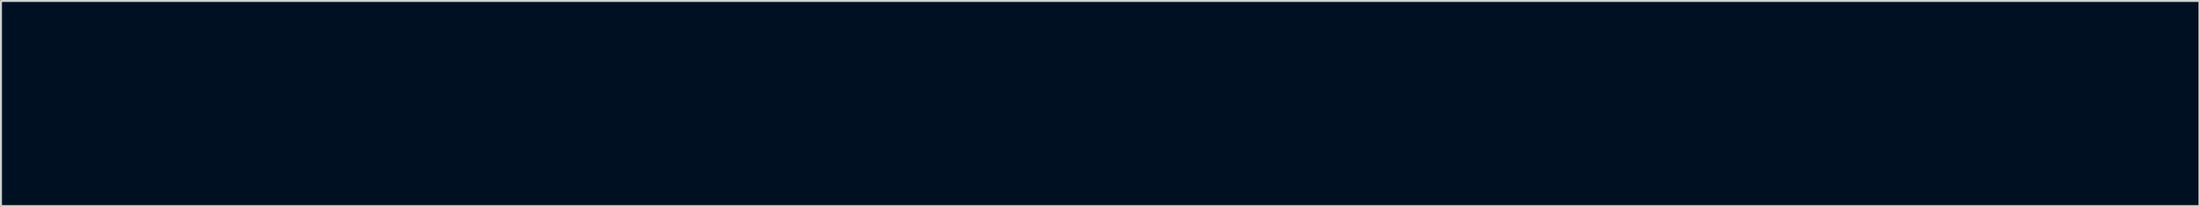
<source format=kicad_pcb>
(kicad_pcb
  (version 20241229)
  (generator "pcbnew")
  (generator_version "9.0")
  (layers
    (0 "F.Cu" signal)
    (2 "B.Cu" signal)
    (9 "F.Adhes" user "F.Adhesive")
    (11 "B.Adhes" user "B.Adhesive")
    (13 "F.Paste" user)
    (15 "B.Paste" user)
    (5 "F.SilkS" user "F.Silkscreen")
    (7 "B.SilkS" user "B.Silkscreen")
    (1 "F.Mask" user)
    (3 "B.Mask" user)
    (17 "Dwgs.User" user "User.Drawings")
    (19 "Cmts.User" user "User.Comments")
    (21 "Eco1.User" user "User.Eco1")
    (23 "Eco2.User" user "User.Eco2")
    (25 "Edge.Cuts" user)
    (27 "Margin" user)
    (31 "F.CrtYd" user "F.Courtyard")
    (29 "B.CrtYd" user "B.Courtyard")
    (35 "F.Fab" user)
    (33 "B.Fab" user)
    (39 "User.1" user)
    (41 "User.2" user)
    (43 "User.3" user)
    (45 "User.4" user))
  (footprint "Gauge-X-100mm"
    (layer "F.Cu")
    (at 3.481 0.25)
    (property "Reference" "Gauge-X-100mm" (at 0 3.81 0) (layer "Eco1.User") (effects (font (size 0.5 0.5) (thickness 0.1))))
    (attr through_hole)
    (fp_line (start 0 0) (end 0 1.999) (stroke (width 0.15) (type solid)) (layer "Eco1.User"))
    (fp_line (start 0 0) (end 10 0) (stroke (width 0.15) (type solid)) (layer "Eco1.User"))
    (fp_line (start 1.001 0) (end 1.001 1.001) (stroke (width 0.15) (type solid)) (layer "Eco1.User"))
    (fp_line (start 1.999 0) (end 1.999 1.001) (stroke (width 0.15) (type solid)) (layer "Eco1.User"))
    (fp_line (start 3 0) (end 3 1.001) (stroke (width 0.15) (type solid)) (layer "Eco1.User"))
    (fp_line (start 4 0) (end 4 1.001) (stroke (width 0.15) (type solid)) (layer "Eco1.User"))
    (fp_line (start 5.001 0) (end 5.001 1.999) (stroke (width 0.15) (type solid)) (layer "Eco1.User"))
    (fp_line (start 5.999 0) (end 5.999 1.001) (stroke (width 0.15) (type solid)) (layer "Eco1.User"))
    (fp_line (start 7 0) (end 7 1.001) (stroke (width 0.15) (type solid)) (layer "Eco1.User"))
    (fp_line (start 8.001 0) (end 8.001 1.001) (stroke (width 0.15) (type solid)) (layer "Eco1.User"))
    (fp_line (start 8.999 0) (end 8.999 1.001) (stroke (width 0.15) (type solid)) (layer "Eco1.User"))
    (fp_line (start 10 0) (end 10 1.999) (stroke (width 0.15) (type solid)) (layer "Eco1.User"))
    (fp_line (start 10 0) (end 100 0) (stroke (width 0.15) (type solid)) (layer "Eco1.User"))
    (fp_line (start 15.001 0) (end 15.001 1.001) (stroke (width 0.15) (type solid)) (layer "Eco1.User"))
    (fp_line (start 20 0) (end 20 1.999) (stroke (width 0.15) (type solid)) (layer "Eco1.User"))
    (fp_line (start 25.001 0) (end 25.001 1.001) (stroke (width 0.15) (type solid)) (layer "Eco1.User"))
    (fp_line (start 30 0) (end 30 1.999) (stroke (width 0.15) (type solid)) (layer "Eco1.User"))
    (fp_line (start 35.001 0) (end 35.001 1.001) (stroke (width 0.15) (type solid)) (layer "Eco1.User"))
    (fp_line (start 40 0) (end 40 1.999) (stroke (width 0.15) (type solid)) (layer "Eco1.User"))
    (fp_line (start 45.001 0) (end 45.001 1.001) (stroke (width 0.15) (type solid)) (layer "Eco1.User"))
    (fp_line (start 50 0) (end 50 1.999) (stroke (width 0.15) (type solid)) (layer "Eco1.User"))
    (fp_line (start 55.001 0) (end 55.001 1.001) (stroke (width 0.15) (type solid)) (layer "Eco1.User"))
    (fp_line (start 60 0) (end 60 1.999) (stroke (width 0.15) (type solid)) (layer "Eco1.User"))
    (fp_line (start 65.001 0) (end 65.001 1.001) (stroke (width 0.15) (type solid)) (layer "Eco1.User"))
    (fp_line (start 70 0) (end 70 1.999) (stroke (width 0.15) (type solid)) (layer "Eco1.User"))
    (fp_line (start 75.001 0) (end 75.001 1.001) (stroke (width 0.15) (type solid)) (layer "Eco1.User"))
    (fp_line (start 80 0) (end 80 1.999) (stroke (width 0.15) (type solid)) (layer "Eco1.User"))
    (fp_line (start 85.001 0) (end 85.001 1.001) (stroke (width 0.15) (type solid)) (layer "Eco1.User"))
    (fp_line (start 90 0) (end 90 1.999) (stroke (width 0.15) (type solid)) (layer "Eco1.User"))
    (fp_line (start 95.001 0) (end 95.001 1.001) (stroke (width 0.15) (type solid)) (layer "Eco1.User"))
    (fp_line (start 100 0) (end 100 1.999) (stroke (width 0.15) (type solid)) (layer "Eco1.User"))
    (fp_text user "10mm" (at 10 2.7 0) (layer "Eco1.User") (effects (font (size 1 1) (thickness 0.15))))
    (fp_text user "20" (at 20.099 2.901 0) (layer "Eco1.User") (effects (font (size 1 1) (thickness 0.15))))
    (fp_text user "0" (at 0 2.799 0) (layer "Eco1.User") (effects (font (size 1 1) (thickness 0.15))))
    (fp_text user "80" (at 80 3.401 0) (layer "Eco1.User") (effects (font (size 1 1) (thickness 0.15))))
    (fp_text user "50" (at 50 3.101 0) (layer "Eco1.User") (effects (font (size 1 1) (thickness 0.15))))
    (fp_text user "60" (at 60 3.101 0) (layer "Eco1.User") (effects (font (size 1 1) (thickness 0.15))))
    (fp_text user "40" (at 40 3.101 0) (layer "Eco1.User") (effects (font (size 1 1) (thickness 0.15))))
    (fp_text user "30" (at 30 3 0) (layer "Eco1.User") (effects (font (size 1 1) (thickness 0.15))))
    (fp_text user "70" (at 70 3.302 0) (layer "Eco1.User") (effects (font (size 1 1) (thickness 0.15))))
    (fp_text user "100mm" (at 100.101 3.203 0) (layer "Eco1.User") (effects (font (size 1 1) (thickness 0.15))))
    (fp_text user "90" (at 90.101 3.203 0) (layer "Eco1.User") (effects (font (size 1 1) (thickness 0.15))))
    (fp_text user "5" (at 4.999 2.901 0) (layer "Eco1.User") (effects (font (size 1 1) (thickness 0.15)))))
  (gr_rect
    (start -3 -3)
    (end 109.469 7.528)
    (stroke (width 0.1) (type default))
    (fill no)
    (layer "Edge.Cuts")))
</source>
